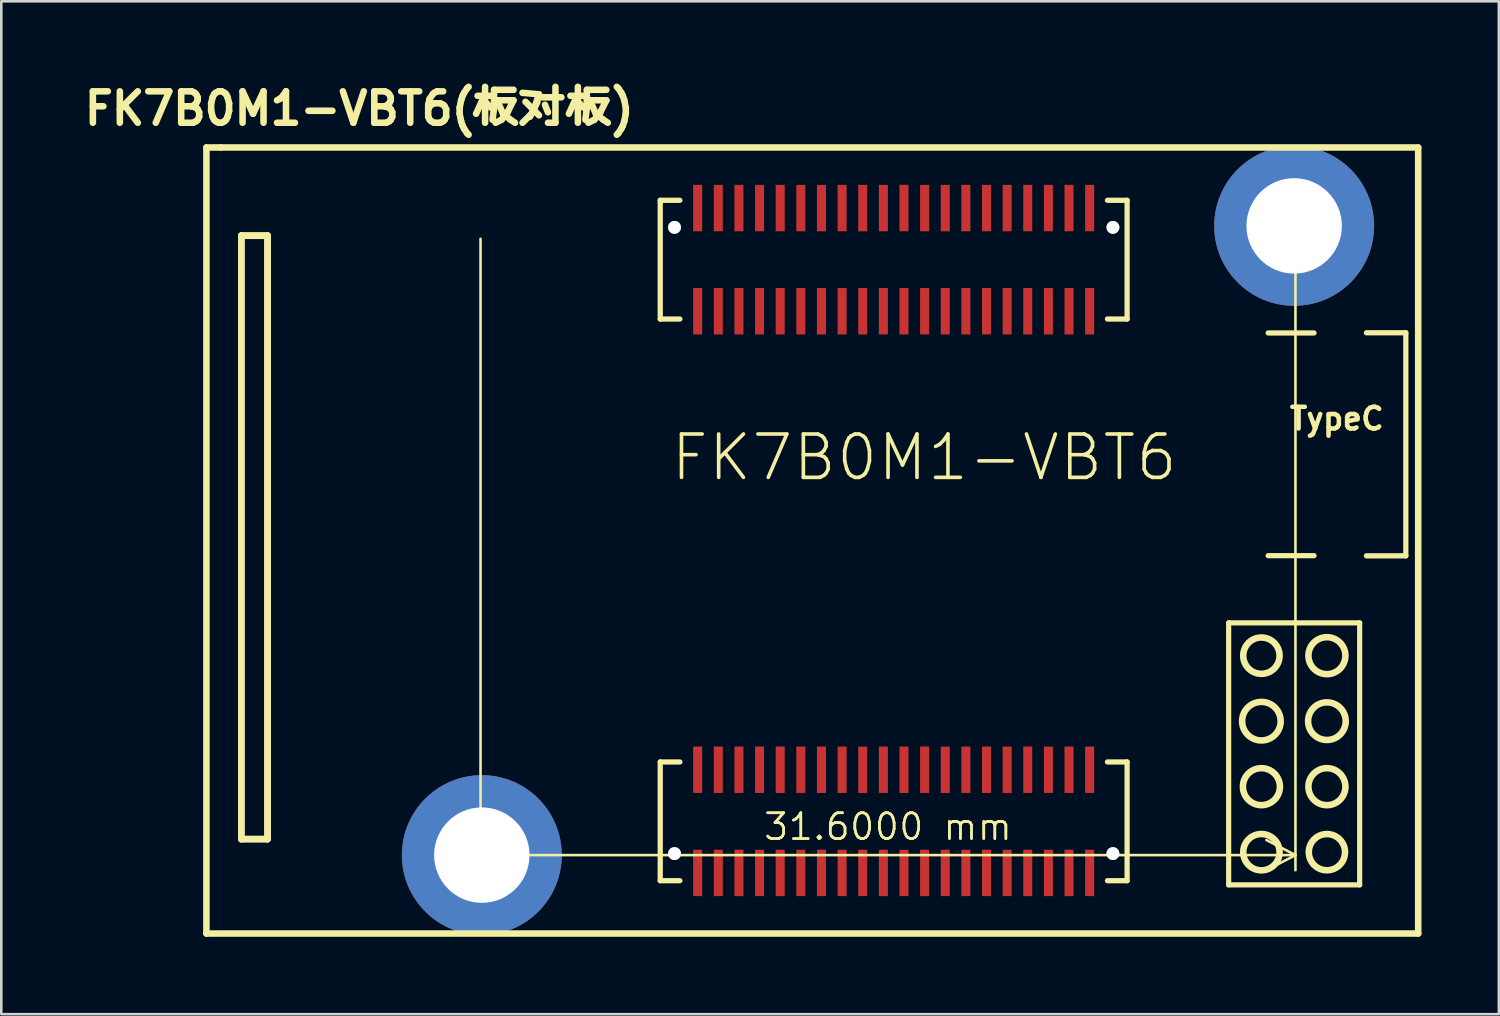
<source format=kicad_pcb>
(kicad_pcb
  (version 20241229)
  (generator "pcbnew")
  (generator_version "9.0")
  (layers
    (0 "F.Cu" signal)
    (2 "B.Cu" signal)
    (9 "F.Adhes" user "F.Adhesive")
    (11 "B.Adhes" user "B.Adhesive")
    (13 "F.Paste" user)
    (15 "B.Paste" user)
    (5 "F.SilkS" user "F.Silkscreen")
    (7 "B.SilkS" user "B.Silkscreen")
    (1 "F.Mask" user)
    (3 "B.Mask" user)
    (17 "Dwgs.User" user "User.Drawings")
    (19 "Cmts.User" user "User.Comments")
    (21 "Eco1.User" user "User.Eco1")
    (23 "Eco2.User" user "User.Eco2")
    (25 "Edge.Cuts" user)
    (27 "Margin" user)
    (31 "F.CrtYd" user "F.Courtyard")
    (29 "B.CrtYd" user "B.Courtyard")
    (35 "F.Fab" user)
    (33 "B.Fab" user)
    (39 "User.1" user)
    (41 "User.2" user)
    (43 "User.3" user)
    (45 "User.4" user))
  (footprint "FK7B0M1-VBT6(板对板)"
    (layer "F.Cu")
    (at 31.384 17.909)
    (property "Reference" "FK7B0M1-VBT6(板对板)" (at -20.5 -16.75 0) (unlocked yes) (layer "F.SilkS") (effects (font (size 1.219 1.219) (thickness 0.254))))
    (fp_line (start -26.43 -15.24) (end -25.871 -15.24) (stroke (width 0.254) (type default)) (layer "F.SilkS"))
    (fp_line (start -26.43 15.24) (end -26.43 -15.24) (stroke (width 0.254) (type default)) (layer "F.SilkS"))
    (fp_line (start -25.871 -15.24) (end 20.56 -15.24) (stroke (width 0.254) (type default)) (layer "F.SilkS"))
    (fp_line (start -25.078 -11.815) (end -25.078 11.585) (stroke (width 0.254) (type default)) (layer "F.SilkS"))
    (fp_line (start -25.078 11.585) (end -24.062 11.585) (stroke (width 0.254) (type default)) (layer "F.SilkS"))
    (fp_line (start -25.072 -11.828) (end -25.072 11.572) (stroke (width 0.254) (type default)) (layer "F.SilkS"))
    (fp_line (start -25.072 11.572) (end -24.056 11.572) (stroke (width 0.254) (type default)) (layer "F.SilkS"))
    (fp_line (start -24.062 -11.815) (end -25.078 -11.815) (stroke (width 0.254) (type default)) (layer "F.SilkS"))
    (fp_line (start -24.062 11.585) (end -24.062 -11.815) (stroke (width 0.254) (type default)) (layer "F.SilkS"))
    (fp_line (start -24.056 -11.828) (end -25.072 -11.828) (stroke (width 0.254) (type default)) (layer "F.SilkS"))
    (fp_line (start -24.056 11.572) (end -24.056 -11.828) (stroke (width 0.254) (type default)) (layer "F.SilkS"))
    (fp_line (start -8.832 -13.192) (end -8.07 -13.192) (stroke (width 0.203) (type default)) (layer "F.SilkS"))
    (fp_line (start -8.832 -8.588) (end -8.832 -13.192) (stroke (width 0.203) (type default)) (layer "F.SilkS"))
    (fp_line (start -8.832 8.588) (end -8.832 13.192) (stroke (width 0.203) (type default)) (layer "F.SilkS"))
    (fp_line (start -8.832 13.192) (end -8.07 13.192) (stroke (width 0.203) (type default)) (layer "F.SilkS"))
    (fp_line (start -8.07 -8.588) (end -8.832 -8.588) (stroke (width 0.203) (type default)) (layer "F.SilkS"))
    (fp_line (start -8.07 8.588) (end -8.832 8.588) (stroke (width 0.203) (type default)) (layer "F.SilkS"))
    (fp_line (start 8.51 -13.192) (end 9.272 -13.192) (stroke (width 0.203) (type default)) (layer "F.SilkS"))
    (fp_line (start 8.51 8.588) (end 9.272 8.588) (stroke (width 0.203) (type default)) (layer "F.SilkS"))
    (fp_line (start 9.272 -13.192) (end 9.272 -8.588) (stroke (width 0.203) (type default)) (layer "F.SilkS"))
    (fp_line (start 9.272 -8.588) (end 8.51 -8.588) (stroke (width 0.203) (type default)) (layer "F.SilkS"))
    (fp_line (start 9.272 8.588) (end 9.272 13.192) (stroke (width 0.203) (type default)) (layer "F.SilkS"))
    (fp_line (start 9.272 13.192) (end 8.51 13.192) (stroke (width 0.203) (type default)) (layer "F.SilkS"))
    (fp_line (start 13.21 3.194) (end 13.21 13.354) (stroke (width 0.2) (type default)) (layer "F.SilkS"))
    (fp_line (start 13.21 13.354) (end 18.29 13.354) (stroke (width 0.2) (type default)) (layer "F.SilkS"))
    (fp_line (start 14.742 -8.048) (end 16.52 -8.048) (stroke (width 0.203) (type default)) (layer "F.SilkS"))
    (fp_line (start 14.742 0.588) (end 16.52 0.588) (stroke (width 0.203) (type default)) (layer "F.SilkS"))
    (fp_line (start 18.29 3.194) (end 13.21 3.194) (stroke (width 0.2) (type default)) (layer "F.SilkS"))
    (fp_line (start 18.29 13.354) (end 18.29 3.194) (stroke (width 0.2) (type default)) (layer "F.SilkS"))
    (fp_line (start 18.552 0.595) (end 20.08 0.595) (stroke (width 0.203) (type default)) (layer "F.SilkS"))
    (fp_line (start 20.08 -8.055) (end 18.552 -8.055) (stroke (width 0.203) (type default)) (layer "F.SilkS"))
    (fp_line (start 20.08 0.595) (end 20.08 -8.055) (stroke (width 0.203) (type default)) (layer "F.SilkS"))
    (fp_line (start 20.56 -15.24) (end 20.56 15.24) (stroke (width 0.254) (type default)) (layer "F.SilkS"))
    (fp_line (start 20.56 15.24) (end -26.43 15.24) (stroke (width 0.254) (type default)) (layer "F.SilkS"))
    (fp_arc (start 15.1846 4.4677) (mid 13.775392 4.46195) (end 15.1846 4.464) (stroke (width 0.254) (type default)) (layer "F.SilkS"))
    (fp_arc (start 15.1846 12.0877) (mid 13.775392 12.08195) (end 15.1846 12.084) (stroke (width 0.254) (type default)) (layer "F.SilkS"))
    (fp_arc (start 15.1975 9.5478) (mid 13.762492 9.5419) (end 15.1975 9.544) (stroke (width 0.254) (type default)) (layer "F.SilkS"))
    (fp_arc (start 15.2277 7.0079) (mid 13.732292 7.00205) (end 15.2277 7.004) (stroke (width 0.254) (type default)) (layer "F.SilkS"))
    (fp_arc (start 17.7223 12.0877) (mid 16.317692 12.08195) (end 17.7223 12.084) (stroke (width 0.254) (type default)) (layer "F.SilkS"))
    (fp_arc (start 17.7371 4.4678) (mid 16.302892 4.4619) (end 17.7371 4.464) (stroke (width 0.254) (type default)) (layer "F.SilkS"))
    (fp_arc (start 17.7375 9.5478) (mid 16.302492 9.5419) (end 17.7375 9.544) (stroke (width 0.254) (type default)) (layer "F.SilkS"))
    (fp_arc (start 17.7496 7.0078) (mid 16.290393 7.0021) (end 17.7496 7.004) (stroke (width 0.254) (type default)) (layer "F.SilkS"))
    (fp_text user "FK7B0M1-VBT6" (at -8.5 -2.235 0) (unlocked yes) (layer "F.SilkS") (effects (font (size 1.682 1.682) (thickness 0.14)) (justify left bottom)))
    (fp_text user " TypeC " (at 14.845 -4.232 0) (unlocked yes) (layer "F.SilkS") (effects (font (size 0.841 0.841) (thickness 0.175)) (justify left bottom)))
    (dimension (type aligned) (layer "F.SilkS") (pts (xy 47.184 5.709) (xy 15.584 5.709)) (height -24.4) (format (prefix "") (suffix "") (units 3) (units_format 1) (precision 4)) (style (thickness 0.1) (arrow_length 1.27) (text_position_mode 0) (arrow_direction outward) (extension_height 0.586) (extension_offset 0.5) (keep_text_aligned yes)) (gr_text "31.6000 mm" (at 31.384 29.009 0) (layer "F.SilkS") (effects (font (size 1 1) (thickness 0.1)))))
    (pad "0" thru_hole oval (at -15.75 12.2) (size 6.2 6.2) (drill oval 3.7) (layers "*.Cu" "*.Mask"))
    (pad "0" thru_hole oval (at -8.278 -12.142 270) (size 0.5 0.5) (drill oval 0.655 0.65) (layers "*.Cu" "*.Mask"))
    (pad "0" thru_hole oval (at -8.278 12.141 90) (size 0.5 0.5) (drill oval 0.655 0.65) (layers "*.Cu" "*.Mask"))
    (pad "0" thru_hole oval (at 8.722 -12.142 270) (size 0.5 0.5) (drill oval 0.655 0.65) (layers "*.Cu" "*.Mask"))
    (pad "0" thru_hole oval (at 8.722 12.141 90) (size 0.5 0.5) (drill oval 0.655 0.65) (layers "*.Cu" "*.Mask"))
    (pad "0" thru_hole oval (at 15.75 -12.2) (size 6.2 6.2) (drill oval 3.7) (layers "*.Cu" "*.Mask"))
    (pad "1" smd rect (at -7.38 -12.89 90) (size 1.8 0.35) (layers "F.Cu" "F.Mask" "F.Paste"))
    (pad "2" smd rect (at -7.38 -8.89 90) (size 1.8 0.35) (layers "F.Cu" "F.Mask" "F.Paste"))
    (pad "3" smd rect (at -6.58 -12.89 90) (size 1.8 0.35) (layers "F.Cu" "F.Mask" "F.Paste"))
    (pad "4" smd rect (at -6.58 -8.89 90) (size 1.8 0.35) (layers "F.Cu" "F.Mask" "F.Paste"))
    (pad "5" smd rect (at -5.78 -12.89 90) (size 1.8 0.35) (layers "F.Cu" "F.Mask" "F.Paste"))
    (pad "6" smd rect (at -5.78 -8.89 90) (size 1.8 0.35) (layers "F.Cu" "F.Mask" "F.Paste"))
    (pad "7" smd rect (at -4.98 -12.89 90) (size 1.8 0.35) (layers "F.Cu" "F.Mask" "F.Paste"))
    (pad "8" smd rect (at -4.98 -8.89 90) (size 1.8 0.35) (layers "F.Cu" "F.Mask" "F.Paste"))
    (pad "9" smd rect (at -4.18 -12.89 90) (size 1.8 0.35) (layers "F.Cu" "F.Mask" "F.Paste"))
    (pad "10" smd rect (at -4.18 -8.89 90) (size 1.8 0.35) (layers "F.Cu" "F.Mask" "F.Paste"))
    (pad "11" smd rect (at -3.38 -12.89 90) (size 1.8 0.35) (layers "F.Cu" "F.Mask" "F.Paste"))
    (pad "12" smd rect (at -3.38 -8.89 90) (size 1.8 0.35) (layers "F.Cu" "F.Mask" "F.Paste"))
    (pad "13" smd rect (at -2.58 -12.89 90) (size 1.8 0.35) (layers "F.Cu" "F.Mask" "F.Paste"))
    (pad "14" smd rect (at -2.58 -8.89 90) (size 1.8 0.35) (layers "F.Cu" "F.Mask" "F.Paste"))
    (pad "15" smd rect (at -1.78 -12.89 90) (size 1.8 0.35) (layers "F.Cu" "F.Mask" "F.Paste"))
    (pad "16" smd rect (at -1.78 -8.89 90) (size 1.8 0.35) (layers "F.Cu" "F.Mask" "F.Paste"))
    (pad "17" smd rect (at -0.98 -12.89 90) (size 1.8 0.35) (layers "F.Cu" "F.Mask" "F.Paste"))
    (pad "18" smd rect (at -0.98 -8.89 90) (size 1.8 0.35) (layers "F.Cu" "F.Mask" "F.Paste"))
    (pad "19" smd rect (at -0.18 -12.89 90) (size 1.8 0.35) (layers "F.Cu" "F.Mask" "F.Paste"))
    (pad "20" smd rect (at -0.18 -8.89 90) (size 1.8 0.35) (layers "F.Cu" "F.Mask" "F.Paste"))
    (pad "21" smd rect (at 0.62 -12.89 90) (size 1.8 0.35) (layers "F.Cu" "F.Mask" "F.Paste"))
    (pad "22" smd rect (at 0.62 -8.89 90) (size 1.8 0.35) (layers "F.Cu" "F.Mask" "F.Paste"))
    (pad "23" smd rect (at 1.42 -12.89 90) (size 1.8 0.35) (layers "F.Cu" "F.Mask" "F.Paste"))
    (pad "24" smd rect (at 1.42 -8.89 90) (size 1.8 0.35) (layers "F.Cu" "F.Mask" "F.Paste"))
    (pad "25" smd rect (at 2.22 -12.89 90) (size 1.8 0.35) (layers "F.Cu" "F.Mask" "F.Paste"))
    (pad "26" smd rect (at 2.22 -8.89 90) (size 1.8 0.35) (layers "F.Cu" "F.Mask" "F.Paste"))
    (pad "27" smd rect (at 3.02 -12.89 90) (size 1.8 0.35) (layers "F.Cu" "F.Mask" "F.Paste"))
    (pad "28" smd rect (at 3.02 -8.89 90) (size 1.8 0.35) (layers "F.Cu" "F.Mask" "F.Paste"))
    (pad "29" smd rect (at 3.82 -12.89 90) (size 1.8 0.35) (layers "F.Cu" "F.Mask" "F.Paste"))
    (pad "30" smd rect (at 3.82 -8.89 90) (size 1.8 0.35) (layers "F.Cu" "F.Mask" "F.Paste"))
    (pad "31" smd rect (at 4.62 -12.89 90) (size 1.8 0.35) (layers "F.Cu" "F.Mask" "F.Paste"))
    (pad "32" smd rect (at 4.62 -8.89 90) (size 1.8 0.35) (layers "F.Cu" "F.Mask" "F.Paste"))
    (pad "33" smd rect (at 5.42 -12.89 90) (size 1.8 0.35) (layers "F.Cu" "F.Mask" "F.Paste"))
    (pad "34" smd rect (at 5.42 -8.89 90) (size 1.8 0.35) (layers "F.Cu" "F.Mask" "F.Paste"))
    (pad "35" smd rect (at 6.22 -12.89 90) (size 1.8 0.35) (layers "F.Cu" "F.Mask" "F.Paste"))
    (pad "36" smd rect (at 6.22 -8.89 90) (size 1.8 0.35) (layers "F.Cu" "F.Mask" "F.Paste"))
    (pad "37" smd rect (at 7.02 -12.89 90) (size 1.8 0.35) (layers "F.Cu" "F.Mask" "F.Paste"))
    (pad "38" smd rect (at 7.02 -8.89 90) (size 1.8 0.35) (layers "F.Cu" "F.Mask" "F.Paste"))
    (pad "39" smd rect (at 7.82 -12.89 90) (size 1.8 0.35) (layers "F.Cu" "F.Mask" "F.Paste"))
    (pad "40" smd rect (at 7.82 -8.89 90) (size 1.8 0.35) (layers "F.Cu" "F.Mask" "F.Paste"))
    (pad "41" smd rect (at 7.82 12.89 270) (size 1.8 0.35) (layers "F.Cu" "F.Mask" "F.Paste"))
    (pad "42" smd rect (at 7.82 8.89 270) (size 1.8 0.35) (layers "F.Cu" "F.Mask" "F.Paste"))
    (pad "43" smd rect (at 7.02 12.89 270) (size 1.8 0.35) (layers "F.Cu" "F.Mask" "F.Paste"))
    (pad "44" smd rect (at 7.02 8.89 270) (size 1.8 0.35) (layers "F.Cu" "F.Mask" "F.Paste"))
    (pad "45" smd rect (at 6.22 12.89 270) (size 1.8 0.35) (layers "F.Cu" "F.Mask" "F.Paste"))
    (pad "46" smd rect (at 6.22 8.89 270) (size 1.8 0.35) (layers "F.Cu" "F.Mask" "F.Paste"))
    (pad "47" smd rect (at 5.42 12.89 270) (size 1.8 0.35) (layers "F.Cu" "F.Mask" "F.Paste"))
    (pad "48" smd rect (at 5.42 8.89 270) (size 1.8 0.35) (layers "F.Cu" "F.Mask" "F.Paste"))
    (pad "49" smd rect (at 4.62 12.89 270) (size 1.8 0.35) (layers "F.Cu" "F.Mask" "F.Paste"))
    (pad "50" smd rect (at 4.62 8.89 270) (size 1.8 0.35) (layers "F.Cu" "F.Mask" "F.Paste"))
    (pad "51" smd rect (at 3.82 12.89 270) (size 1.8 0.35) (layers "F.Cu" "F.Mask" "F.Paste"))
    (pad "52" smd rect (at 3.82 8.89 270) (size 1.8 0.35) (layers "F.Cu" "F.Mask" "F.Paste"))
    (pad "53" smd rect (at 3.02 12.89 270) (size 1.8 0.35) (layers "F.Cu" "F.Mask" "F.Paste"))
    (pad "54" smd rect (at 3.02 8.89 270) (size 1.8 0.35) (layers "F.Cu" "F.Mask" "F.Paste"))
    (pad "55" smd rect (at 2.22 12.89 270) (size 1.8 0.35) (layers "F.Cu" "F.Mask" "F.Paste"))
    (pad "56" smd rect (at 2.22 8.89 270) (size 1.8 0.35) (layers "F.Cu" "F.Mask" "F.Paste"))
    (pad "57" smd rect (at 1.42 12.89 270) (size 1.8 0.35) (layers "F.Cu" "F.Mask" "F.Paste"))
    (pad "58" smd rect (at 1.42 8.89 270) (size 1.8 0.35) (layers "F.Cu" "F.Mask" "F.Paste"))
    (pad "59" smd rect (at 0.62 12.89 270) (size 1.8 0.35) (layers "F.Cu" "F.Mask" "F.Paste"))
    (pad "60" smd rect (at 0.62 8.89 270) (size 1.8 0.35) (layers "F.Cu" "F.Mask" "F.Paste"))
    (pad "61" smd rect (at -0.18 12.89 270) (size 1.8 0.35) (layers "F.Cu" "F.Mask" "F.Paste"))
    (pad "62" smd rect (at -0.18 8.89 270) (size 1.8 0.35) (layers "F.Cu" "F.Mask" "F.Paste"))
    (pad "63" smd rect (at -0.98 12.89 270) (size 1.8 0.35) (layers "F.Cu" "F.Mask" "F.Paste"))
    (pad "64" smd rect (at -0.98 8.89 270) (size 1.8 0.35) (layers "F.Cu" "F.Mask" "F.Paste"))
    (pad "65" smd rect (at -1.78 12.89 270) (size 1.8 0.35) (layers "F.Cu" "F.Mask" "F.Paste"))
    (pad "66" smd rect (at -1.78 8.89 270) (size 1.8 0.35) (layers "F.Cu" "F.Mask" "F.Paste"))
    (pad "67" smd rect (at -2.58 12.89 270) (size 1.8 0.35) (layers "F.Cu" "F.Mask" "F.Paste"))
    (pad "68" smd rect (at -2.58 8.89 270) (size 1.8 0.35) (layers "F.Cu" "F.Mask" "F.Paste"))
    (pad "69" smd rect (at -3.38 12.89 270) (size 1.8 0.35) (layers "F.Cu" "F.Mask" "F.Paste"))
    (pad "70" smd rect (at -3.38 8.89 270) (size 1.8 0.35) (layers "F.Cu" "F.Mask" "F.Paste"))
    (pad "71" smd rect (at -4.18 12.89 270) (size 1.8 0.35) (layers "F.Cu" "F.Mask" "F.Paste"))
    (pad "72" smd rect (at -4.18 8.89 270) (size 1.8 0.35) (layers "F.Cu" "F.Mask" "F.Paste"))
    (pad "73" smd rect (at -4.98 12.89 270) (size 1.8 0.35) (layers "F.Cu" "F.Mask" "F.Paste"))
    (pad "74" smd rect (at -4.98 8.89 270) (size 1.8 0.35) (layers "F.Cu" "F.Mask" "F.Paste"))
    (pad "75" smd rect (at -5.78 12.89 270) (size 1.8 0.35) (layers "F.Cu" "F.Mask" "F.Paste"))
    (pad "76" smd rect (at -5.78 8.89 270) (size 1.8 0.35) (layers "F.Cu" "F.Mask" "F.Paste"))
    (pad "77" smd rect (at -6.58 12.89 270) (size 1.8 0.35) (layers "F.Cu" "F.Mask" "F.Paste"))
    (pad "78" smd rect (at -6.58 8.89 270) (size 1.8 0.35) (layers "F.Cu" "F.Mask" "F.Paste"))
    (pad "79" smd rect (at -7.38 12.89 270) (size 1.8 0.35) (layers "F.Cu" "F.Mask" "F.Paste"))
    (pad "80" smd rect (at -7.38 8.89 270) (size 1.8 0.35) (layers "F.Cu" "F.Mask" "F.Paste"))
    (zone (net_name "") (layer "F.SilkS") (hatch edge 0.5) (priority 100) (connect_pads yes) (min_thickness 0) (filled_areas_thickness no) (fill yes) (polygon (pts (xy 51.583 2.992) (xy 51.583 5.444) (xy 49.131 2.992))) (filled_polygon (layer "F.SilkS") (island) (pts (xy 51.583 2.992) (xy 51.583 5.444) (xy 49.131 2.992))))
    (zone (net_name "") (layer "F.SilkS") (hatch edge 0.5) (priority 100) (connect_pads yes) (min_thickness 0) (filled_areas_thickness no) (fill yes) (polygon (pts (xy 10.676 5.425) (xy 7.679 5.425) (xy 7.679 7.432) (xy 10.676 7.432))) (filled_polygon (layer "F.SilkS") (island) (pts (xy 10.676 5.425) (xy 7.679 5.425) (xy 7.679 7.432) (xy 10.676 7.432))))
    (zone (net_name "") (layer "F.SilkS") (hatch edge 0.5) (priority 100) (connect_pads yes) (min_thickness 0) (filled_areas_thickness no) (fill yes) (polygon (pts (xy 10.676 28.361) (xy 7.666 28.361) (xy 7.666 30.368) (xy 10.676 30.368))) (filled_polygon (layer "F.SilkS") (island) (pts (xy 10.676 28.361) (xy 7.666 28.361) (xy 7.666 30.368) (xy 10.676 30.368))))
    (zone (net_name "") (layer "F.SilkS") (hatch edge 0.5) (priority 100) (connect_pads yes) (min_thickness 0) (filled_areas_thickness no) (fill yes) (polygon (pts (xy 12.582 8.023) (xy 10.576 8.023) (xy 10.576 8.328) (xy 12.582 8.328))) (filled_polygon (layer "F.SilkS") (island) (pts (xy 12.582 8.023) (xy 10.576 8.023) (xy 10.576 8.328) (xy 12.582 8.328))))
    (zone (net_name "") (layer "F.SilkS") (hatch edge 0.5) (priority 100) (connect_pads yes) (min_thickness 0) (filled_areas_thickness no) (fill yes) (polygon (pts (xy 12.582 8.523) (xy 10.576 8.523) (xy 10.576 8.828) (xy 12.582 8.828))) (filled_polygon (layer "F.SilkS") (island) (pts (xy 12.582 8.523) (xy 10.576 8.523) (xy 10.576 8.828) (xy 12.582 8.828))))
    (zone (net_name "") (layer "F.SilkS") (hatch edge 0.5) (priority 100) (connect_pads yes) (min_thickness 0) (filled_areas_thickness no) (fill yes) (polygon (pts (xy 12.582 9.023) (xy 10.576 9.023) (xy 10.576 9.328) (xy 12.582 9.328))) (filled_polygon (layer "F.SilkS") (island) (pts (xy 12.582 9.023) (xy 10.576 9.023) (xy 10.576 9.328) (xy 12.582 9.328))))
    (zone (net_name "") (layer "F.SilkS") (hatch edge 0.5) (priority 100) (connect_pads yes) (min_thickness 0) (filled_areas_thickness no) (fill yes) (polygon (pts (xy 12.582 9.523) (xy 10.576 9.523) (xy 10.576 9.828) (xy 12.582 9.828))) (filled_polygon (layer "F.SilkS") (island) (pts (xy 12.582 9.523) (xy 10.576 9.523) (xy 10.576 9.828) (xy 12.582 9.828))))
    (zone (net_name "") (layer "F.SilkS") (hatch edge 0.5) (priority 100) (connect_pads yes) (min_thickness 0) (filled_areas_thickness no) (fill yes) (polygon (pts (xy 12.582 10.023) (xy 10.576 10.023) (xy 10.576 10.328) (xy 12.582 10.328))) (filled_polygon (layer "F.SilkS") (island) (pts (xy 12.582 10.023) (xy 10.576 10.023) (xy 10.576 10.328) (xy 12.582 10.328))))
    (zone (net_name "") (layer "F.SilkS") (hatch edge 0.5) (priority 100) (connect_pads yes) (min_thickness 0) (filled_areas_thickness no) (fill yes) (polygon (pts (xy 12.582 10.523) (xy 10.576 10.523) (xy 10.576 10.828) (xy 12.582 10.828))) (filled_polygon (layer "F.SilkS") (island) (pts (xy 12.582 10.523) (xy 10.576 10.523) (xy 10.576 10.828) (xy 12.582 10.828))))
    (zone (net_name "") (layer "F.SilkS") (hatch edge 0.5) (priority 100) (connect_pads yes) (min_thickness 0) (filled_areas_thickness no) (fill yes) (polygon (pts (xy 12.582 11.023) (xy 10.576 11.023) (xy 10.576 11.328) (xy 12.582 11.328))) (filled_polygon (layer "F.SilkS") (island) (pts (xy 12.582 11.023) (xy 10.576 11.023) (xy 10.576 11.328) (xy 12.582 11.328))))
    (zone (net_name "") (layer "F.SilkS") (hatch edge 0.5) (priority 100) (connect_pads yes) (min_thickness 0) (filled_areas_thickness no) (fill yes) (polygon (pts (xy 12.582 11.523) (xy 10.576 11.523) (xy 10.576 11.828) (xy 12.582 11.828))) (filled_polygon (layer "F.SilkS") (island) (pts (xy 12.582 11.523) (xy 10.576 11.523) (xy 10.576 11.828) (xy 12.582 11.828))))
    (zone (net_name "") (layer "F.SilkS") (hatch edge 0.5) (priority 100) (connect_pads yes) (min_thickness 0) (filled_areas_thickness no) (fill yes) (polygon (pts (xy 12.582 12.023) (xy 10.576 12.023) (xy 10.576 12.328) (xy 12.582 12.328))) (filled_polygon (layer "F.SilkS") (island) (pts (xy 12.582 12.023) (xy 10.576 12.023) (xy 10.576 12.328) (xy 12.582 12.328))))
    (zone (net_name "") (layer "F.SilkS") (hatch edge 0.5) (priority 100) (connect_pads yes) (min_thickness 0) (filled_areas_thickness no) (fill yes) (polygon (pts (xy 12.582 12.523) (xy 10.576 12.523) (xy 10.576 12.828) (xy 12.582 12.828))) (filled_polygon (layer "F.SilkS") (island) (pts (xy 12.582 12.523) (xy 10.576 12.523) (xy 10.576 12.828) (xy 12.582 12.828))))
    (zone (net_name "") (layer "F.SilkS") (hatch edge 0.5) (priority 100) (connect_pads yes) (min_thickness 0) (filled_areas_thickness no) (fill yes) (polygon (pts (xy 12.582 13.023) (xy 10.576 13.023) (xy 10.576 13.328) (xy 12.582 13.328))) (filled_polygon (layer "F.SilkS") (island) (pts (xy 12.582 13.023) (xy 10.576 13.023) (xy 10.576 13.328) (xy 12.582 13.328))))
    (zone (net_name "") (layer "F.SilkS") (hatch edge 0.5) (priority 100) (connect_pads yes) (min_thickness 0) (filled_areas_thickness no) (fill yes) (polygon (pts (xy 12.582 13.523) (xy 10.576 13.523) (xy 10.576 13.828) (xy 12.582 13.828))) (filled_polygon (layer "F.SilkS") (island) (pts (xy 12.582 13.523) (xy 10.576 13.523) (xy 10.576 13.828) (xy 12.582 13.828))))
    (zone (net_name "") (layer "F.SilkS") (hatch edge 0.5) (priority 100) (connect_pads yes) (min_thickness 0) (filled_areas_thickness no) (fill yes) (polygon (pts (xy 12.582 14.023) (xy 10.576 14.023) (xy 10.576 14.328) (xy 12.582 14.328))) (filled_polygon (layer "F.SilkS") (island) (pts (xy 12.582 14.023) (xy 10.576 14.023) (xy 10.576 14.328) (xy 12.582 14.328))))
    (zone (net_name "") (layer "F.SilkS") (hatch edge 0.5) (priority 100) (connect_pads yes) (min_thickness 0) (filled_areas_thickness no) (fill yes) (polygon (pts (xy 12.582 14.523) (xy 10.576 14.523) (xy 10.576 14.828) (xy 12.582 14.828))) (filled_polygon (layer "F.SilkS") (island) (pts (xy 12.582 14.523) (xy 10.576 14.523) (xy 10.576 14.828) (xy 12.582 14.828))))
    (zone (net_name "") (layer "F.SilkS") (hatch edge 0.5) (priority 100) (connect_pads yes) (min_thickness 0) (filled_areas_thickness no) (fill yes) (polygon (pts (xy 12.582 15.023) (xy 10.576 15.023) (xy 10.576 15.328) (xy 12.582 15.328))) (filled_polygon (layer "F.SilkS") (island) (pts (xy 12.582 15.023) (xy 10.576 15.023) (xy 10.576 15.328) (xy 12.582 15.328))))
    (zone (net_name "") (layer "F.SilkS") (hatch edge 0.5) (priority 100) (connect_pads yes) (min_thickness 0) (filled_areas_thickness no) (fill yes) (polygon (pts (xy 12.582 15.523) (xy 10.576 15.523) (xy 10.576 15.828) (xy 12.582 15.828))) (filled_polygon (layer "F.SilkS") (island) (pts (xy 12.582 15.523) (xy 10.576 15.523) (xy 10.576 15.828) (xy 12.582 15.828))))
    (zone (net_name "") (layer "F.SilkS") (hatch edge 0.5) (priority 100) (connect_pads yes) (min_thickness 0) (filled_areas_thickness no) (fill yes) (polygon (pts (xy 12.582 16.023) (xy 10.576 16.023) (xy 10.576 16.328) (xy 12.582 16.328))) (filled_polygon (layer "F.SilkS") (island) (pts (xy 12.582 16.023) (xy 10.576 16.023) (xy 10.576 16.328) (xy 12.582 16.328))))
    (zone (net_name "") (layer "F.SilkS") (hatch edge 0.5) (priority 100) (connect_pads yes) (min_thickness 0) (filled_areas_thickness no) (fill yes) (polygon (pts (xy 12.582 16.523) (xy 10.576 16.523) (xy 10.576 16.828) (xy 12.582 16.828))) (filled_polygon (layer "F.SilkS") (island) (pts (xy 12.582 16.523) (xy 10.576 16.523) (xy 10.576 16.828) (xy 12.582 16.828))))
    (zone (net_name "") (layer "F.SilkS") (hatch edge 0.5) (priority 100) (connect_pads yes) (min_thickness 0) (filled_areas_thickness no) (fill yes) (polygon (pts (xy 12.582 17.023) (xy 10.576 17.023) (xy 10.576 17.328) (xy 12.582 17.328))) (filled_polygon (layer "F.SilkS") (island) (pts (xy 12.582 17.023) (xy 10.576 17.023) (xy 10.576 17.328) (xy 12.582 17.328))))
    (zone (net_name "") (layer "F.SilkS") (hatch edge 0.5) (priority 100) (connect_pads yes) (min_thickness 0) (filled_areas_thickness no) (fill yes) (polygon (pts (xy 12.582 17.523) (xy 10.576 17.523) (xy 10.576 17.828) (xy 12.582 17.828))) (filled_polygon (layer "F.SilkS") (island) (pts (xy 12.582 17.523) (xy 10.576 17.523) (xy 10.576 17.828) (xy 12.582 17.828))))
    (zone (net_name "") (layer "F.SilkS") (hatch edge 0.5) (priority 100) (connect_pads yes) (min_thickness 0) (filled_areas_thickness no) (fill yes) (polygon (pts (xy 12.582 18.023) (xy 10.576 18.023) (xy 10.576 18.328) (xy 12.582 18.328))) (filled_polygon (layer "F.SilkS") (island) (pts (xy 12.582 18.023) (xy 10.576 18.023) (xy 10.576 18.328) (xy 12.582 18.328))))
    (zone (net_name "") (layer "F.SilkS") (hatch edge 0.5) (priority 100) (connect_pads yes) (min_thickness 0) (filled_areas_thickness no) (fill yes) (polygon (pts (xy 12.582 18.523) (xy 10.576 18.523) (xy 10.576 18.828) (xy 12.582 18.828))) (filled_polygon (layer "F.SilkS") (island) (pts (xy 12.582 18.523) (xy 10.576 18.523) (xy 10.576 18.828) (xy 12.582 18.828))))
    (zone (net_name "") (layer "F.SilkS") (hatch edge 0.5) (priority 100) (connect_pads yes) (min_thickness 0) (filled_areas_thickness no) (fill yes) (polygon (pts (xy 12.582 19.023) (xy 10.576 19.023) (xy 10.576 19.328) (xy 12.582 19.328))) (filled_polygon (layer "F.SilkS") (island) (pts (xy 12.582 19.023) (xy 10.576 19.023) (xy 10.576 19.328) (xy 12.582 19.328))))
    (zone (net_name "") (layer "F.SilkS") (hatch edge 0.5) (priority 100) (connect_pads yes) (min_thickness 0) (filled_areas_thickness no) (fill yes) (polygon (pts (xy 12.582 19.523) (xy 10.576 19.523) (xy 10.576 19.828) (xy 12.582 19.828))) (filled_polygon (layer "F.SilkS") (island) (pts (xy 12.582 19.523) (xy 10.576 19.523) (xy 10.576 19.828) (xy 12.582 19.828))))
    (zone (net_name "") (layer "F.SilkS") (hatch edge 0.5) (priority 100) (connect_pads yes) (min_thickness 0) (filled_areas_thickness no) (fill yes) (polygon (pts (xy 12.582 20.023) (xy 10.576 20.023) (xy 10.576 20.328) (xy 12.582 20.328))) (filled_polygon (layer "F.SilkS") (island) (pts (xy 12.582 20.023) (xy 10.576 20.023) (xy 10.576 20.328) (xy 12.582 20.328))))
    (zone (net_name "") (layer "F.SilkS") (hatch edge 0.5) (priority 100) (connect_pads yes) (min_thickness 0) (filled_areas_thickness no) (fill yes) (polygon (pts (xy 12.582 20.523) (xy 10.576 20.523) (xy 10.576 20.828) (xy 12.582 20.828))) (filled_polygon (layer "F.SilkS") (island) (pts (xy 12.582 20.523) (xy 10.576 20.523) (xy 10.576 20.828) (xy 12.582 20.828))))
    (zone (net_name "") (layer "F.SilkS") (hatch edge 0.5) (priority 100) (connect_pads yes) (min_thickness 0) (filled_areas_thickness no) (fill yes) (polygon (pts (xy 12.582 21.023) (xy 10.576 21.023) (xy 10.576 21.328) (xy 12.582 21.328))) (filled_polygon (layer "F.SilkS") (island) (pts (xy 12.582 21.023) (xy 10.576 21.023) (xy 10.576 21.328) (xy 12.582 21.328))))
    (zone (net_name "") (layer "F.SilkS") (hatch edge 0.5) (priority 100) (connect_pads yes) (min_thickness 0) (filled_areas_thickness no) (fill yes) (polygon (pts (xy 12.582 21.523) (xy 10.576 21.523) (xy 10.576 21.828) (xy 12.582 21.828))) (filled_polygon (layer "F.SilkS") (island) (pts (xy 12.582 21.523) (xy 10.576 21.523) (xy 10.576 21.828) (xy 12.582 21.828))))
    (zone (net_name "") (layer "F.SilkS") (hatch edge 0.5) (priority 100) (connect_pads yes) (min_thickness 0) (filled_areas_thickness no) (fill yes) (polygon (pts (xy 12.582 22.023) (xy 10.576 22.023) (xy 10.576 22.328) (xy 12.582 22.328))) (filled_polygon (layer "F.SilkS") (island) (pts (xy 12.582 22.023) (xy 10.576 22.023) (xy 10.576 22.328) (xy 12.582 22.328))))
    (zone (net_name "") (layer "F.SilkS") (hatch edge 0.5) (priority 100) (connect_pads yes) (min_thickness 0) (filled_areas_thickness no) (fill yes) (polygon (pts (xy 12.582 22.523) (xy 10.576 22.523) (xy 10.576 22.828) (xy 12.582 22.828))) (filled_polygon (layer "F.SilkS") (island) (pts (xy 12.582 22.523) (xy 10.576 22.523) (xy 10.576 22.828) (xy 12.582 22.828))))
    (zone (net_name "") (layer "F.SilkS") (hatch edge 0.5) (priority 100) (connect_pads yes) (min_thickness 0) (filled_areas_thickness no) (fill yes) (polygon (pts (xy 12.582 23.023) (xy 10.576 23.023) (xy 10.576 23.328) (xy 12.582 23.328))) (filled_polygon (layer "F.SilkS") (island) (pts (xy 12.582 23.023) (xy 10.576 23.023) (xy 10.576 23.328) (xy 12.582 23.328))))
    (zone (net_name "") (layer "F.SilkS") (hatch edge 0.5) (priority 100) (connect_pads yes) (min_thickness 0) (filled_areas_thickness no) (fill yes) (polygon (pts (xy 12.582 23.523) (xy 10.576 23.523) (xy 10.576 23.828) (xy 12.582 23.828))) (filled_polygon (layer "F.SilkS") (island) (pts (xy 12.582 23.523) (xy 10.576 23.523) (xy 10.576 23.828) (xy 12.582 23.828))))
    (zone (net_name "") (layer "F.SilkS") (hatch edge 0.5) (priority 100) (connect_pads yes) (min_thickness 0) (filled_areas_thickness no) (fill yes) (polygon (pts (xy 12.582 24.023) (xy 10.576 24.023) (xy 10.576 24.328) (xy 12.582 24.328))) (filled_polygon (layer "F.SilkS") (island) (pts (xy 12.582 24.023) (xy 10.576 24.023) (xy 10.576 24.328) (xy 12.582 24.328))))
    (zone (net_name "") (layer "F.SilkS") (hatch edge 0.5) (priority 100) (connect_pads yes) (min_thickness 0) (filled_areas_thickness no) (fill yes) (polygon (pts (xy 12.582 24.523) (xy 10.576 24.523) (xy 10.576 24.828) (xy 12.582 24.828))) (filled_polygon (layer "F.SilkS") (island) (pts (xy 12.582 24.523) (xy 10.576 24.523) (xy 10.576 24.828) (xy 12.582 24.828))))
    (zone (net_name "") (layer "F.SilkS") (hatch edge 0.5) (priority 100) (connect_pads yes) (min_thickness 0) (filled_areas_thickness no) (fill yes) (polygon (pts (xy 12.582 25.023) (xy 10.576 25.023) (xy 10.576 25.328) (xy 12.582 25.328))) (filled_polygon (layer "F.SilkS") (island) (pts (xy 12.582 25.023) (xy 10.576 25.023) (xy 10.576 25.328) (xy 12.582 25.328))))
    (zone (net_name "") (layer "F.SilkS") (hatch edge 0.5) (priority 100) (connect_pads yes) (min_thickness 0) (filled_areas_thickness no) (fill yes) (polygon (pts (xy 12.582 25.523) (xy 10.576 25.523) (xy 10.576 25.828) (xy 12.582 25.828))) (filled_polygon (layer "F.SilkS") (island) (pts (xy 12.582 25.523) (xy 10.576 25.523) (xy 10.576 25.828) (xy 12.582 25.828))))
    (zone (net_name "") (layer "F.SilkS") (hatch edge 0.5) (priority 100) (connect_pads yes) (min_thickness 0) (filled_areas_thickness no) (fill yes) (polygon (pts (xy 12.582 26.023) (xy 10.576 26.023) (xy 10.576 26.328) (xy 12.582 26.328))) (filled_polygon (layer "F.SilkS") (island) (pts (xy 12.582 26.023) (xy 10.576 26.023) (xy 10.576 26.328) (xy 12.582 26.328))))
    (zone (net_name "") (layer "F.SilkS") (hatch edge 0.5) (priority 100) (connect_pads yes) (min_thickness 0) (filled_areas_thickness no) (fill yes) (polygon (pts (xy 12.582 26.523) (xy 10.576 26.523) (xy 10.576 26.828) (xy 12.582 26.828))) (filled_polygon (layer "F.SilkS") (island) (pts (xy 12.582 26.523) (xy 10.576 26.523) (xy 10.576 26.828) (xy 12.582 26.828))))
    (zone (net_name "") (layer "F.SilkS") (hatch edge 0.5) (priority 100) (connect_pads yes) (min_thickness 0) (filled_areas_thickness no) (fill yes) (polygon (pts (xy 12.582 27.023) (xy 10.576 27.023) (xy 10.576 27.328) (xy 12.582 27.328))) (filled_polygon (layer "F.SilkS") (island) (pts (xy 12.582 27.023) (xy 10.576 27.023) (xy 10.576 27.328) (xy 12.582 27.328))))
    (zone (net_name "") (layer "F.SilkS") (hatch edge 0.5) (priority 100) (connect_pads yes) (min_thickness 0) (filled_areas_thickness no) (fill yes) (polygon (pts (xy 12.582 27.523) (xy 10.576 27.523) (xy 10.576 27.828) (xy 12.582 27.828))) (filled_polygon (layer "F.SilkS") (island) (pts (xy 12.582 27.523) (xy 10.576 27.523) (xy 10.576 27.828) (xy 12.582 27.828))))
    (zone (net_name "") (layer "F.SilkS") (hatch edge 0.5) (priority 100) (connect_pads yes) (min_thickness 0) (filled_areas_thickness no) (fill yes) (polygon (pts (xy 43.091 11.302) (xy 44.488 11.302) (xy 44.488 10.667) (xy 43.091 10.667))) (filled_polygon (layer "F.SilkS") (island) (pts (xy 43.091 11.302) (xy 44.488 11.302) (xy 44.488 10.667) (xy 43.091 10.667))))
    (zone (net_name "") (layer "F.SilkS") (hatch edge 0.5) (priority 100) (connect_pads yes) (min_thickness 0) (filled_areas_thickness no) (fill yes) (polygon (pts (xy 43.091 12.09) (xy 44.438 12.09) (xy 44.438 11.467) (xy 43.091 11.467))) (filled_polygon (layer "F.SilkS") (island) (pts (xy 43.091 12.09) (xy 44.438 12.09) (xy 44.438 11.467) (xy 43.091 11.467))))
    (zone (net_name "") (layer "F.SilkS") (hatch edge 0.5) (priority 100) (connect_pads yes) (min_thickness 0) (filled_areas_thickness no) (fill yes) (polygon (pts (xy 43.091 12.572) (xy 44.387 12.572) (xy 44.387 12.267) (xy 43.091 12.267))) (filled_polygon (layer "F.SilkS") (island) (pts (xy 43.091 12.572) (xy 44.387 12.572) (xy 44.387 12.267) (xy 43.091 12.267))))
    (zone (net_name "") (layer "F.SilkS") (hatch edge 0.5) (priority 100) (connect_pads yes) (min_thickness 0) (filled_areas_thickness no) (fill yes) (polygon (pts (xy 43.091 13.08) (xy 44.387 13.08) (xy 44.387 12.775) (xy 43.091 12.775))) (filled_polygon (layer "F.SilkS") (island) (pts (xy 43.091 13.08) (xy 44.387 13.08) (xy 44.387 12.775) (xy 43.091 12.775))))
    (zone (net_name "") (layer "F.SilkS") (hatch edge 0.5) (priority 100) (connect_pads yes) (min_thickness 0) (filled_areas_thickness no) (fill yes) (polygon (pts (xy 43.091 13.575) (xy 44.387 13.575) (xy 44.387 13.271) (xy 43.091 13.271))) (filled_polygon (layer "F.SilkS") (island) (pts (xy 43.091 13.575) (xy 44.387 13.575) (xy 44.387 13.271) (xy 43.091 13.271))))
    (zone (net_name "") (layer "F.SilkS") (hatch edge 0.5) (priority 100) (connect_pads yes) (min_thickness 0) (filled_areas_thickness no) (fill yes) (polygon (pts (xy 43.091 14.071) (xy 44.387 14.071) (xy 44.387 13.766) (xy 43.091 13.766))) (filled_polygon (layer "F.SilkS") (island) (pts (xy 43.091 14.071) (xy 44.387 14.071) (xy 44.387 13.766) (xy 43.091 13.766))))
    (zone (net_name "") (layer "F.SilkS") (hatch edge 0.5) (priority 100) (connect_pads yes) (min_thickness 0) (filled_areas_thickness no) (fill yes) (polygon (pts (xy 43.091 14.579) (xy 44.387 14.579) (xy 44.387 14.274) (xy 43.091 14.274))) (filled_polygon (layer "F.SilkS") (island) (pts (xy 43.091 14.579) (xy 44.387 14.579) (xy 44.387 14.274) (xy 43.091 14.274))))
    (zone (net_name "") (layer "F.SilkS") (hatch edge 0.5) (priority 100) (connect_pads yes) (min_thickness 0) (filled_areas_thickness no) (fill yes) (polygon (pts (xy 43.091 15.074) (xy 44.387 15.074) (xy 44.387 14.769) (xy 43.091 14.769))) (filled_polygon (layer "F.SilkS") (island) (pts (xy 43.091 15.074) (xy 44.387 15.074) (xy 44.387 14.769) (xy 43.091 14.769))))
    (zone (net_name "") (layer "F.SilkS") (hatch edge 0.5) (priority 100) (connect_pads yes) (min_thickness 0) (filled_areas_thickness no) (fill yes) (polygon (pts (xy 43.091 15.582) (xy 44.387 15.582) (xy 44.387 15.277) (xy 43.091 15.277))) (filled_polygon (layer "F.SilkS") (island) (pts (xy 43.091 15.582) (xy 44.387 15.582) (xy 44.387 15.277) (xy 43.091 15.277))))
    (zone (net_name "") (layer "F.SilkS") (hatch edge 0.5) (priority 100) (connect_pads yes) (min_thickness 0) (filled_areas_thickness no) (fill yes) (polygon (pts (xy 43.091 16.077) (xy 44.387 16.077) (xy 44.387 15.773) (xy 43.091 15.773))) (filled_polygon (layer "F.SilkS") (island) (pts (xy 43.091 16.077) (xy 44.387 16.077) (xy 44.387 15.773) (xy 43.091 15.773))))
    (zone (net_name "") (layer "F.SilkS") (hatch edge 0.5) (priority 100) (connect_pads yes) (min_thickness 0) (filled_areas_thickness no) (fill yes) (polygon (pts (xy 43.091 16.89) (xy 44.438 16.89) (xy 44.438 16.268) (xy 43.091 16.268))) (filled_polygon (layer "F.SilkS") (island) (pts (xy 43.091 16.89) (xy 44.438 16.89) (xy 44.438 16.268) (xy 43.091 16.268))))
    (zone (net_name "") (layer "F.SilkS") (hatch edge 0.5) (priority 100) (connect_pads yes) (min_thickness 0) (filled_areas_thickness no) (fill yes) (polygon (pts (xy 43.091 17.69) (xy 44.438 17.69) (xy 44.438 17.068) (xy 43.091 17.068))) (filled_polygon (layer "F.SilkS") (island) (pts (xy 43.091 17.69) (xy 44.438 17.69) (xy 44.438 17.068) (xy 43.091 17.068))))
    (zone (net_name "") (layer "F.SilkS") (hatch edge 0.5) (priority 100) (connect_pads yes) (min_thickness 0) (filled_areas_thickness no) (fill yes) (polygon (pts (xy 43.815 10.324) (xy 45.949 10.324) (xy 45.949 9.334) (xy 43.815 9.334))) (filled_polygon (layer "F.SilkS") (island) (pts (xy 43.815 10.324) (xy 45.949 10.324) (xy 45.949 9.334) (xy 43.815 9.334))))
    (zone (net_name "") (layer "F.SilkS") (hatch edge 0.5) (priority 100) (connect_pads yes) (min_thickness 0) (filled_areas_thickness no) (fill yes) (polygon (pts (xy 43.815 19.011) (xy 45.949 19.011) (xy 45.949 17.982) (xy 43.815 17.982))) (filled_polygon (layer "F.SilkS") (island) (pts (xy 43.815 19.011) (xy 45.949 19.011) (xy 45.949 17.982) (xy 43.815 17.982))))
    (zone (net_name "") (layer "F.SilkS") (hatch edge 0.5) (priority 100) (connect_pads yes) (min_thickness 0) (filled_areas_thickness no) (fill yes) (polygon (pts (xy 44.349 13.575) (xy 51.575 13.575) (xy 51.575 9.689) (xy 44.349 9.689))) (filled_polygon (layer "F.SilkS") (island) (pts (xy 44.349 13.575) (xy 51.575 13.575) (xy 51.575 9.689) (xy 44.349 9.689))))
    (zone (net_name "") (layer "F.SilkS") (hatch edge 0.5) (priority 100) (connect_pads yes) (min_thickness 0) (filled_areas_thickness no) (fill yes) (polygon (pts (xy 44.361 14.896) (xy 46.355 14.896) (xy 46.355 13.271) (xy 44.361 13.271))) (filled_polygon (layer "F.SilkS") (island) (pts (xy 44.361 14.896) (xy 46.355 14.896) (xy 46.355 13.271) (xy 44.361 13.271))))
    (zone (net_name "") (layer "F.SilkS") (hatch edge 0.5) (priority 100) (connect_pads yes) (min_thickness 0) (filled_areas_thickness no) (fill yes) (polygon (pts (xy 44.361 18.63) (xy 51.575 18.63) (xy 51.575 14.706) (xy 44.361 14.706))) (filled_polygon (layer "F.SilkS") (island) (pts (xy 44.361 18.63) (xy 51.575 18.63) (xy 51.575 14.706) (xy 44.361 14.706))))
    (zone (net_name "") (layer "F.SilkS") (hatch edge 0.5) (priority 100) (connect_pads yes) (min_thickness 0) (filled_areas_thickness no) (fill yes) (polygon (pts (xy 48.07 10.32) (xy 49.695 10.32) (xy 49.695 9.334) (xy 48.07 9.334))) (filled_polygon (layer "F.SilkS") (island) (pts (xy 48.07 10.32) (xy 49.695 10.32) (xy 49.695 9.334) (xy 48.07 9.334))))
    (zone (net_name "") (layer "F.SilkS") (hatch edge 0.5) (priority 100) (connect_pads yes) (min_thickness 0) (filled_areas_thickness no) (fill yes) (polygon (pts (xy 48.07 19.011) (xy 49.695 19.011) (xy 49.695 17.881) (xy 48.07 17.881))) (filled_polygon (layer "F.SilkS") (island) (pts (xy 48.07 19.011) (xy 49.695 19.011) (xy 49.695 17.881) (xy 48.07 17.881))))
    (zone (net_name "") (layer "F.SilkS") (hatch edge 0.5) (priority 100) (connect_pads yes) (min_thickness 0) (filled_areas_thickness no) (fill yes) (polygon (pts (xy 50.356 15.023) (xy 51.486 15.023) (xy 51.486 13.271) (xy 50.356 13.271))) (filled_polygon (layer "F.SilkS") (island) (pts (xy 50.356 15.023) (xy 51.486 15.023) (xy 51.486 13.271) (xy 50.356 13.271)))))
  (gr_rect
    (start -3 -3)
    (end 55.071 36.276)
    (stroke (width 0.1) (type default))
    (fill no)
    (layer "Edge.Cuts")))
</source>
